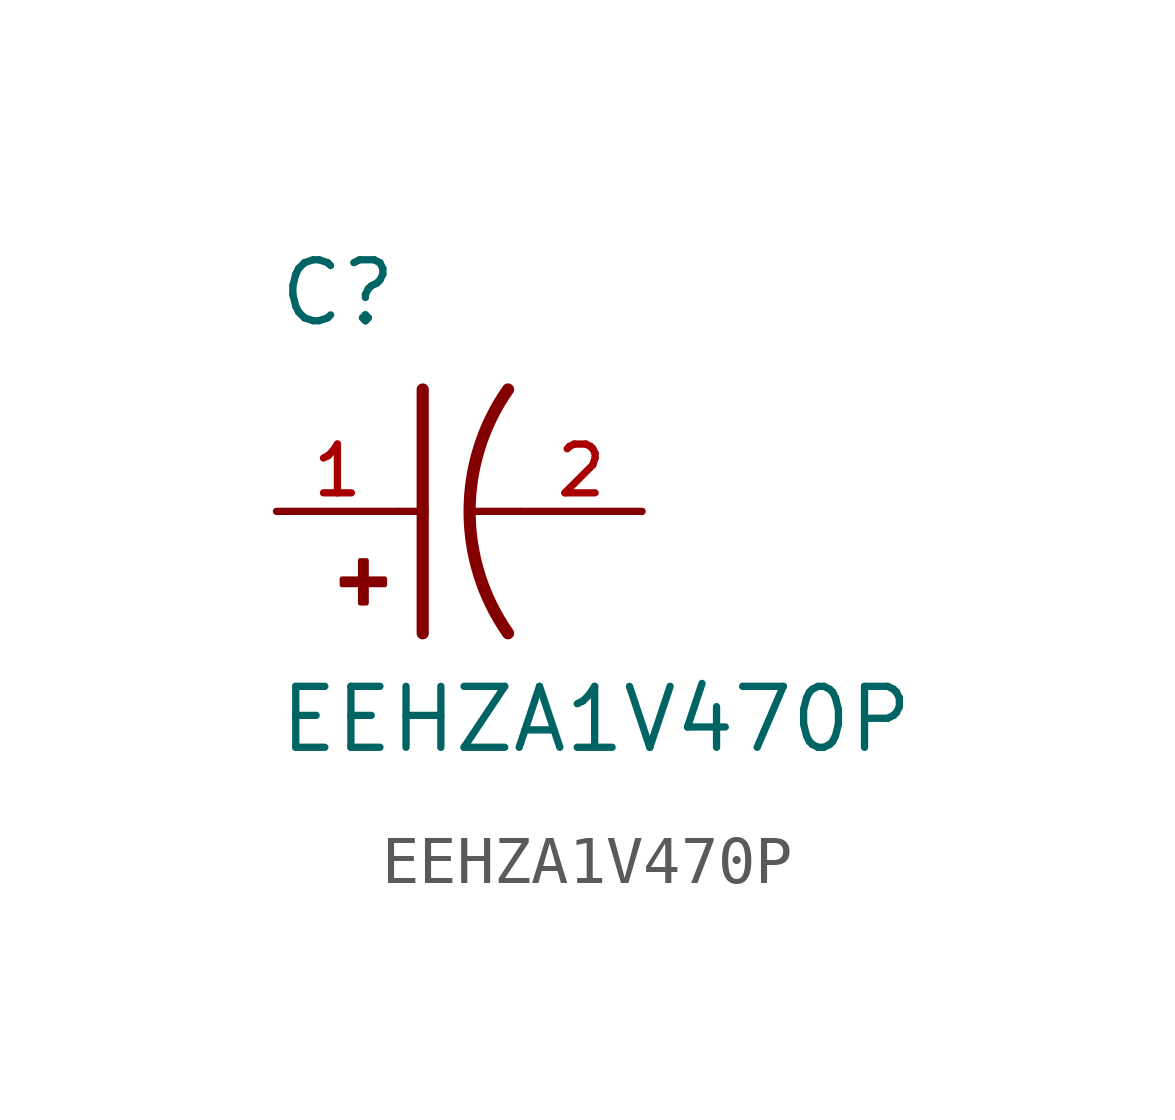
<source format=kicad_sym>
(kicad_symbol_lib
  (version 20211014)
  (generator kicad_symbol_editor)
  (symbol "EEHZA1V470P"
    (pin_names
      (offset 1.016))
    (property "Reference" "C"
      (at -2.54 3.81 0)
      (effects (font (size 1.27 1.27)) (justify bottom left)))
    (property "Value" "EEHZA1V470P"
      (at -2.54 -5.08 0)
      (effects (font (size 1.27 1.27)) (justify bottom left)))
    (symbol "EEHZA1V470P_0_0"
      (arc (start 2.286 -2.54) (mid 1.4851 -0.0) (end 2.286 2.54) (stroke (width 0.254) (type default) (color 0 0 0 0)) (fill (type none)))
      (polyline (pts (xy 0.508 2.54) (xy 0.508 0.0)) (stroke (width 0.254)))
      (rectangle (start -1.173 -1.532) (end -0.284 -1.405) (stroke (width 0.1)) (fill (type outline)))
      (rectangle (start -0.792 -1.913) (end -0.665 -1.024) (stroke (width 0.1)) (fill (type outline)))
      (polyline (pts (xy 0.508 0.0) (xy 0.508 -2.54)) (stroke (width 0.254)))
      (polyline (pts (xy 0.0 0.0) (xy 0.508 0.0)) (stroke (width 0.152)))
      (polyline (pts (xy 2.54 0.0) (xy 1.524 0.0)) (stroke (width 0.152)))
      (pin passive line (at -2.54 0.0 0) (length 2.54) (name "~" (effects (font (size 1.016 1.016)))) (number "1" (effects (font (size 1.016 1.016)))))
      (pin passive line (at 5.08 0.0 180.0) (length 2.54) (name "~" (effects (font (size 1.016 1.016)))) (number "2" (effects (font (size 1.016 1.016))))))))
</source>
